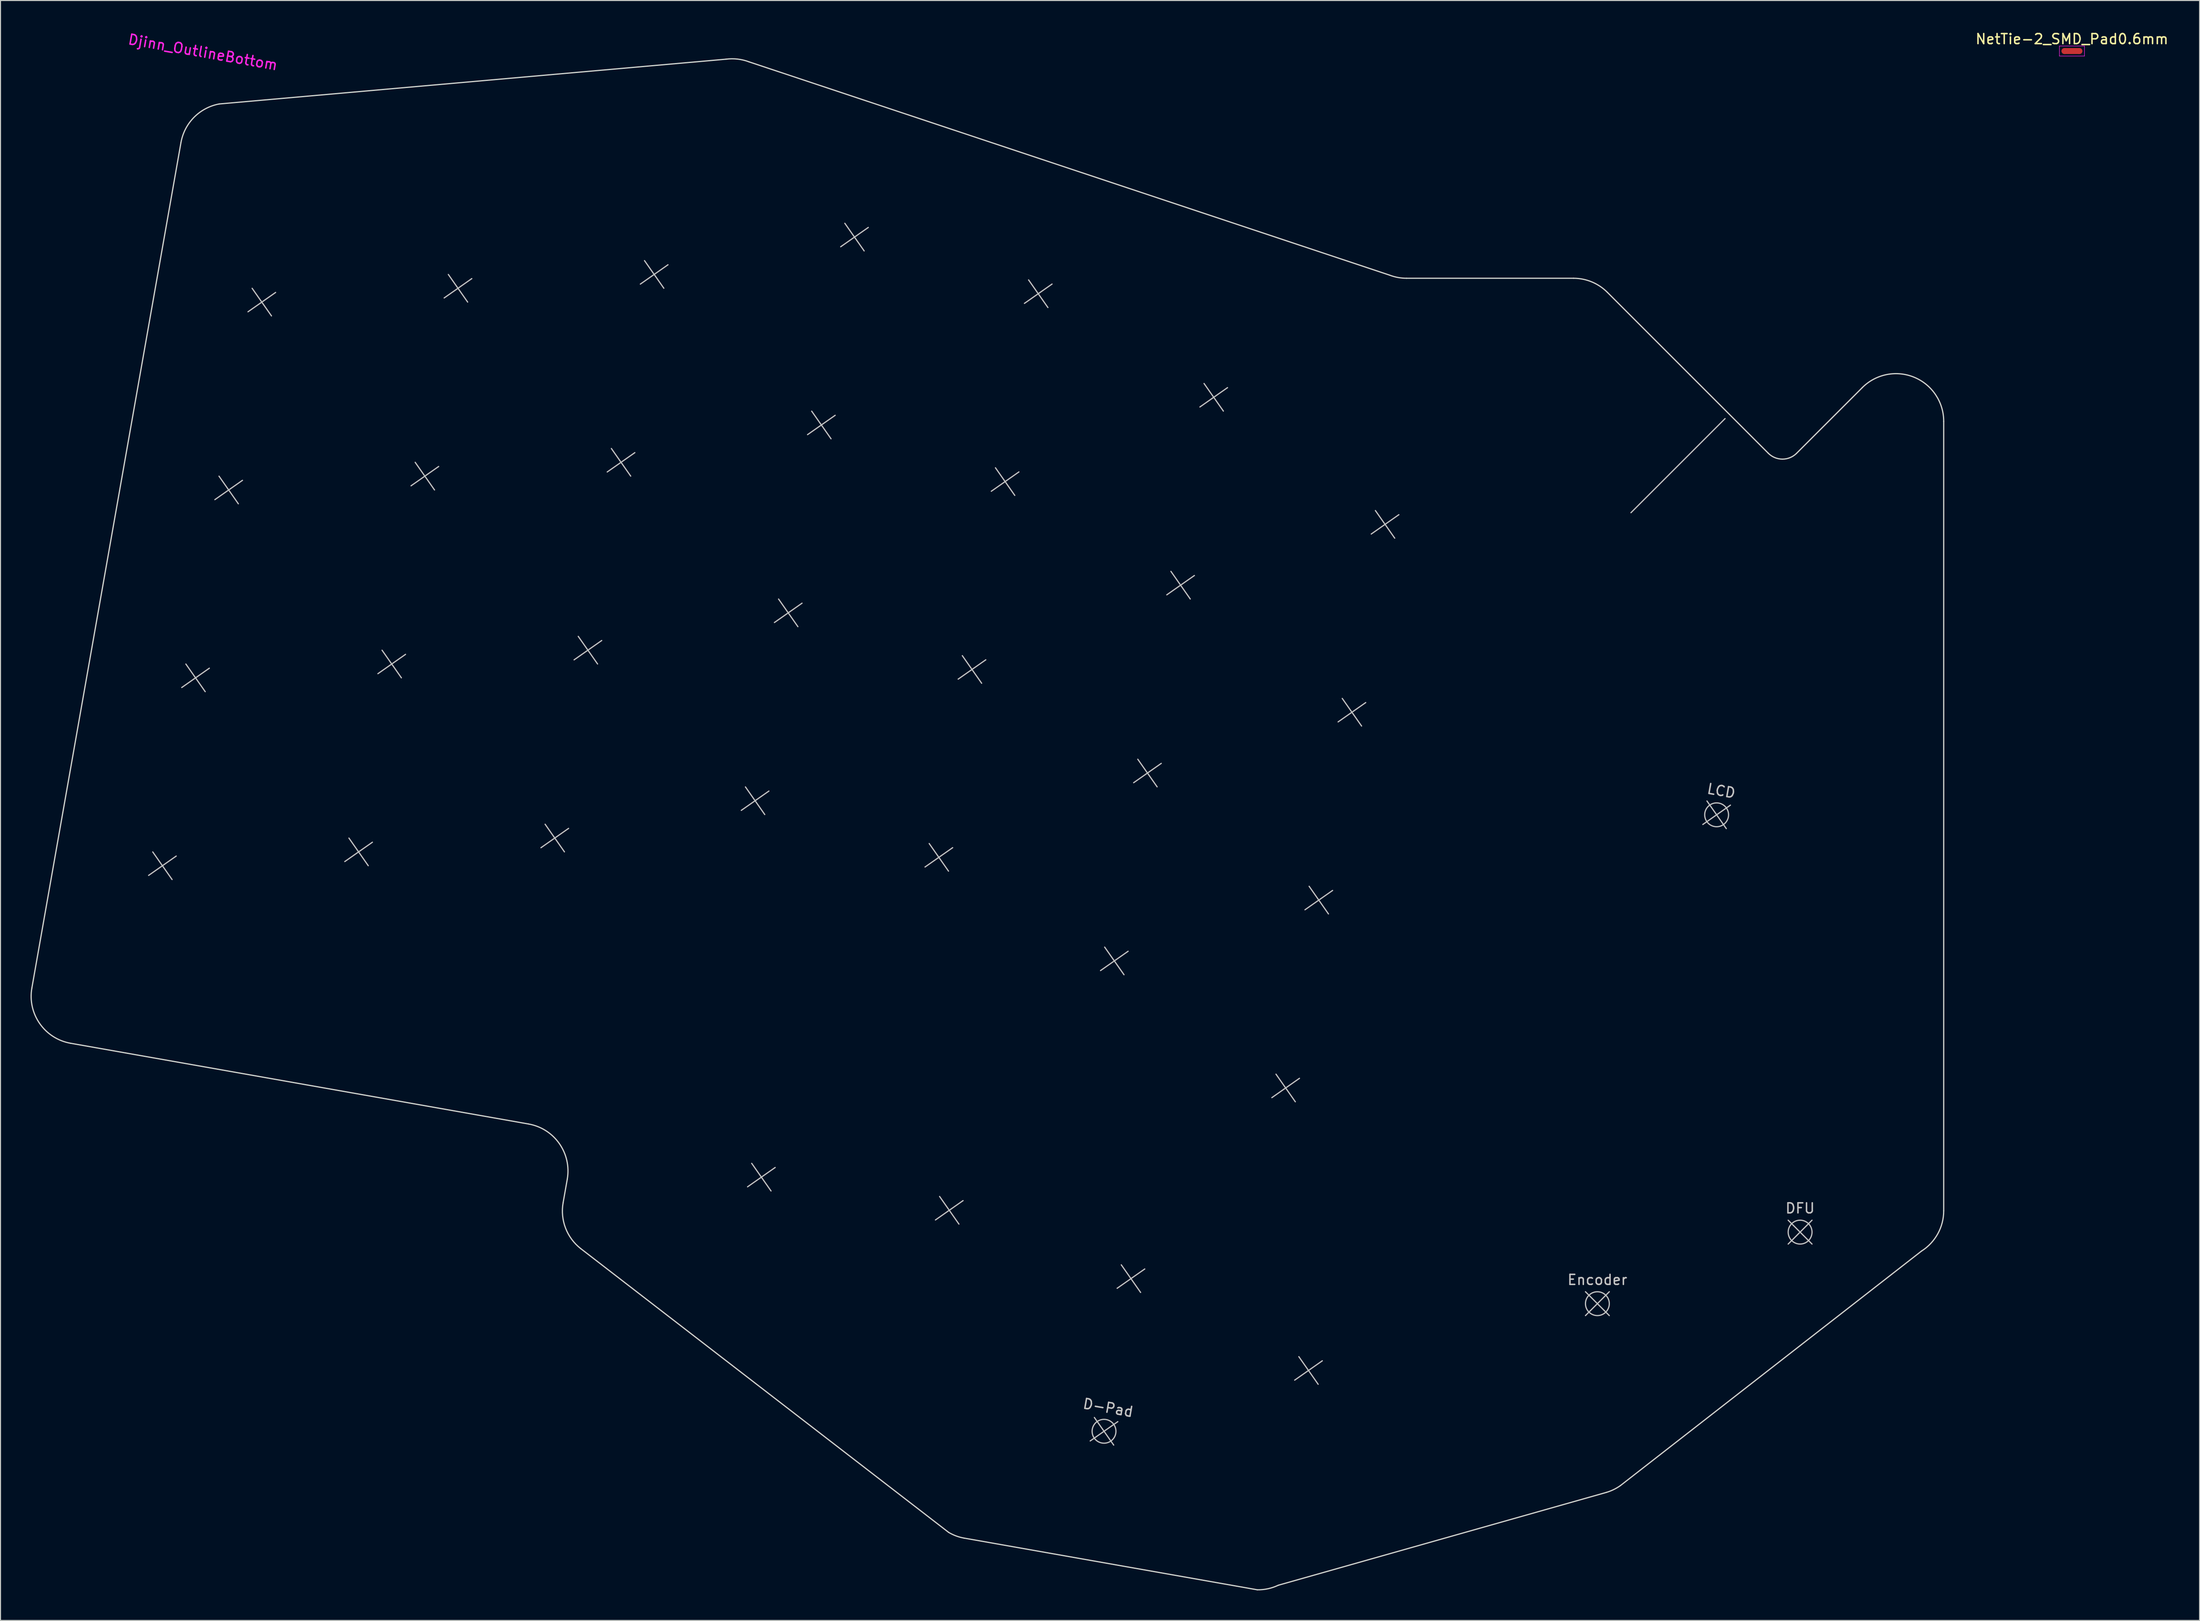
<source format=kicad_pcb>
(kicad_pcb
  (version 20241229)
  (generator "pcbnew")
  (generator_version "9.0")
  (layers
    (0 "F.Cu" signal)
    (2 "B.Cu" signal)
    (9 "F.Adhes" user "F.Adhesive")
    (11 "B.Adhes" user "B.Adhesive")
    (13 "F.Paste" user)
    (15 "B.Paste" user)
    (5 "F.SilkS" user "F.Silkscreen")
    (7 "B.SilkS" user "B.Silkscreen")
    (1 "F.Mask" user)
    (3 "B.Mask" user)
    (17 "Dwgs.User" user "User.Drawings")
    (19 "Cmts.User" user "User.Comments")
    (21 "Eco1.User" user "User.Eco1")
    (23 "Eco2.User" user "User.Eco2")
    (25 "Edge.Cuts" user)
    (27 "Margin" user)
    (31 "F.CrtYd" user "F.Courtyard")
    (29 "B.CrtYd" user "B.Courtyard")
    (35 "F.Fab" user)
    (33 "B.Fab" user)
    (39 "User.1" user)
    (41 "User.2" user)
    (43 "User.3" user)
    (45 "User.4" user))
  (footprint "NetTie-2_SMD_Pad0.6mm"
    (layer "F.Cu")
    (at 203.824 2.048)
    (property "Reference" "NetTie-2_SMD_Pad0.6mm" (at 0 -1.2 0) (layer "F.SilkS") (effects (font (size 1 1) (thickness 0.15))))
    (attr exclude_from_pos_files exclude_from_bom)
    (fp_poly (pts (xy -0.75 -0.3) (xy 0.75 -0.3) (xy 0.75 0.3) (xy -0.75 0.3)) (stroke (width 0) (type solid)) (fill yes) (layer "F.Cu"))
    (fp_line (start -1.25 -0.5) (end -1.25 0.5) (stroke (width 0.05) (type solid)) (layer "F.CrtYd"))
    (fp_line (start -1.25 0.5) (end 1.25 0.5) (stroke (width 0.05) (type solid)) (layer "F.CrtYd"))
    (fp_line (start 1.25 -0.5) (end -1.25 -0.5) (stroke (width 0.05) (type solid)) (layer "F.CrtYd"))
    (fp_line (start 1.25 0.5) (end 1.25 -0.5) (stroke (width 0.05) (type solid)) (layer "F.CrtYd"))
    (pad "1" smd circle (at -0.75 0) (size 0.6 0.6) (layers "F.Cu"))
    (pad "2" smd circle (at 0.75 0) (size 0.6 0.6) (layers "F.Cu")))
  (footprint "Djinn_OutlineBottom"
    (layer "F.Cu")
    (at 23.09 27.118)
    (property "Reference" "Djinn_OutlineBottom" (at -5.88 -24.95 350) (layer "F.CrtYd") (effects (font (size 1 1) (thickness 0.15))))
    (attr through_hole)
    (fp_line (start -10.89 54.903) (end -8.958 57.661) (stroke (width 0.12) (type solid)) (layer "Dwgs.User"))
    (fp_line (start -8.545 55.316) (end -11.303 57.248) (stroke (width 0.12) (type solid)) (layer "Dwgs.User"))
    (fp_line (start -7.582 36.142) (end -5.65 38.901) (stroke (width 0.12) (type solid)) (layer "Dwgs.User"))
    (fp_line (start -5.237 36.556) (end -7.995 38.487) (stroke (width 0.12) (type solid)) (layer "Dwgs.User"))
    (fp_line (start -4.274 17.381) (end -2.342 20.14) (stroke (width 0.12) (type solid)) (layer "Dwgs.User"))
    (fp_line (start -1.929 17.795) (end -4.687 19.726) (stroke (width 0.12) (type solid)) (layer "Dwgs.User"))
    (fp_line (start -0.966 -1.379) (end 0.966 1.379) (stroke (width 0.12) (type solid)) (layer "Dwgs.User"))
    (fp_line (start 1.379 -0.966) (end -1.379 0.966) (stroke (width 0.12) (type solid)) (layer "Dwgs.User"))
    (fp_line (start 8.698 53.521) (end 10.629 56.279) (stroke (width 0.12) (type solid)) (layer "Dwgs.User"))
    (fp_line (start 11.043 53.934) (end 8.284 55.866) (stroke (width 0.12) (type solid)) (layer "Dwgs.User"))
    (fp_line (start 12.006 34.76) (end 13.937 37.518) (stroke (width 0.12) (type solid)) (layer "Dwgs.User"))
    (fp_line (start 14.351 35.173) (end 11.592 37.105) (stroke (width 0.12) (type solid)) (layer "Dwgs.User"))
    (fp_line (start 15.314 15.999) (end 17.245 18.758) (stroke (width 0.12) (type solid)) (layer "Dwgs.User"))
    (fp_line (start 17.659 16.413) (end 14.9 18.344) (stroke (width 0.12) (type solid)) (layer "Dwgs.User"))
    (fp_line (start 18.622 -2.761) (end 20.553 -0.003) (stroke (width 0.12) (type solid)) (layer "Dwgs.User"))
    (fp_line (start 20.967 -2.348) (end 18.208 -0.416) (stroke (width 0.12) (type solid)) (layer "Dwgs.User"))
    (fp_line (start 28.286 52.138) (end 30.217 54.897) (stroke (width 0.12) (type solid)) (layer "Dwgs.User"))
    (fp_line (start 30.631 52.552) (end 27.872 54.483) (stroke (width 0.12) (type solid)) (layer "Dwgs.User"))
    (fp_line (start 31.594 33.378) (end 33.525 36.136) (stroke (width 0.12) (type solid)) (layer "Dwgs.User"))
    (fp_line (start 33.939 33.791) (end 31.18 35.723) (stroke (width 0.12) (type solid)) (layer "Dwgs.User"))
    (fp_line (start 34.902 14.617) (end 36.833 17.376) (stroke (width 0.12) (type solid)) (layer "Dwgs.User"))
    (fp_line (start 37.247 15.031) (end 34.488 16.962) (stroke (width 0.12) (type solid)) (layer "Dwgs.User"))
    (fp_line (start 38.21 -4.144) (end 40.141 -1.385) (stroke (width 0.12) (type solid)) (layer "Dwgs.User"))
    (fp_line (start 40.555 -3.73) (end 37.796 -1.799) (stroke (width 0.12) (type solid)) (layer "Dwgs.User"))
    (fp_line (start 48.287 48.411) (end 50.218 51.17) (stroke (width 0.12) (type solid)) (layer "Dwgs.User"))
    (fp_line (start 48.913 86) (end 50.844 88.759) (stroke (width 0.12) (type solid)) (layer "Dwgs.User"))
    (fp_line (start 50.632 48.825) (end 47.873 50.756) (stroke (width 0.12) (type solid)) (layer "Dwgs.User"))
    (fp_line (start 51.258 86.414) (end 48.499 88.346) (stroke (width 0.12) (type solid)) (layer "Dwgs.User"))
    (fp_line (start 51.595 29.65) (end 53.526 32.409) (stroke (width 0.12) (type solid)) (layer "Dwgs.User"))
    (fp_line (start 53.94 30.064) (end 51.181 31.996) (stroke (width 0.12) (type solid)) (layer "Dwgs.User"))
    (fp_line (start 54.903 10.89) (end 56.834 13.648) (stroke (width 0.12) (type solid)) (layer "Dwgs.User"))
    (fp_line (start 57.248 11.303) (end 54.489 13.235) (stroke (width 0.12) (type solid)) (layer "Dwgs.User"))
    (fp_line (start 58.211 -7.871) (end 60.142 -5.112) (stroke (width 0.12) (type solid)) (layer "Dwgs.User"))
    (fp_line (start 60.556 -7.457) (end 57.797 -5.526) (stroke (width 0.12) (type solid)) (layer "Dwgs.User"))
    (fp_line (start 66.634 54.064) (end 68.565 56.823) (stroke (width 0.12) (type solid)) (layer "Dwgs.User"))
    (fp_line (start 67.673 89.308) (end 69.605 92.067) (stroke (width 0.12) (type solid)) (layer "Dwgs.User"))
    (fp_line (start 68.979 54.478) (end 66.22 56.409) (stroke (width 0.12) (type solid)) (layer "Dwgs.User"))
    (fp_line (start 69.942 35.304) (end 71.873 38.062) (stroke (width 0.12) (type solid)) (layer "Dwgs.User"))
    (fp_line (start 70.018 89.722) (end 67.26 91.654) (stroke (width 0.12) (type solid)) (layer "Dwgs.User"))
    (fp_line (start 72.287 35.717) (end 69.528 37.649) (stroke (width 0.12) (type solid)) (layer "Dwgs.User"))
    (fp_line (start 73.25 16.543) (end 75.181 19.302) (stroke (width 0.12) (type solid)) (layer "Dwgs.User"))
    (fp_line (start 75.595 16.956) (end 72.836 18.888) (stroke (width 0.12) (type solid)) (layer "Dwgs.User"))
    (fp_line (start 76.558 -2.218) (end 78.489 0.541) (stroke (width 0.12) (type solid)) (layer "Dwgs.User"))
    (fp_line (start 78.903 -1.804) (end 76.144 0.127) (stroke (width 0.12) (type solid)) (layer "Dwgs.User"))
    (fp_line (start 83.126 111.377) (end 85.058 114.136) (stroke (width 0.12) (type solid)) (layer "Dwgs.User"))
    (fp_line (start 84.154 64.408) (end 86.086 67.166) (stroke (width 0.12) (type solid)) (layer "Dwgs.User"))
    (fp_line (start 85.471 111.791) (end 82.712 113.722) (stroke (width 0.12) (type solid)) (layer "Dwgs.User"))
    (fp_line (start 85.814 96.134) (end 87.745 98.893) (stroke (width 0.12) (type solid)) (layer "Dwgs.User"))
    (fp_line (start 86.499 64.821) (end 83.741 66.753) (stroke (width 0.12) (type solid)) (layer "Dwgs.User"))
    (fp_line (start 87.462 45.647) (end 89.394 48.405) (stroke (width 0.12) (type solid)) (layer "Dwgs.User"))
    (fp_line (start 88.159 96.548) (end 85.4 98.479) (stroke (width 0.12) (type solid)) (layer "Dwgs.User"))
    (fp_line (start 89.807 46.06) (end 87.049 47.992) (stroke (width 0.12) (type solid)) (layer "Dwgs.User"))
    (fp_line (start 90.77 26.886) (end 92.702 29.645) (stroke (width 0.12) (type solid)) (layer "Dwgs.User"))
    (fp_line (start 93.115 27.3) (end 90.357 29.231) (stroke (width 0.12) (type solid)) (layer "Dwgs.User"))
    (fp_line (start 94.078 8.126) (end 96.01 10.884) (stroke (width 0.12) (type solid)) (layer "Dwgs.User"))
    (fp_line (start 96.423 8.539) (end 93.665 10.471) (stroke (width 0.12) (type solid)) (layer "Dwgs.User"))
    (fp_line (start 101.261 77.096) (end 103.192 79.854) (stroke (width 0.12) (type solid)) (layer "Dwgs.User"))
    (fp_line (start 103.541 105.305) (end 105.472 108.063) (stroke (width 0.12) (type solid)) (layer "Dwgs.User"))
    (fp_line (start 103.606 77.509) (end 100.847 79.441) (stroke (width 0.12) (type solid)) (layer "Dwgs.User"))
    (fp_line (start 104.569 58.335) (end 106.5 61.094) (stroke (width 0.12) (type solid)) (layer "Dwgs.User"))
    (fp_line (start 105.886 105.718) (end 103.127 107.65) (stroke (width 0.12) (type solid)) (layer "Dwgs.User"))
    (fp_line (start 106.914 58.749) (end 104.155 60.68) (stroke (width 0.12) (type solid)) (layer "Dwgs.User"))
    (fp_line (start 107.877 39.575) (end 109.808 42.333) (stroke (width 0.12) (type solid)) (layer "Dwgs.User"))
    (fp_line (start 110.222 39.988) (end 107.463 41.92) (stroke (width 0.12) (type solid)) (layer "Dwgs.User"))
    (fp_line (start 111.185 20.814) (end 113.116 23.572) (stroke (width 0.12) (type solid)) (layer "Dwgs.User"))
    (fp_line (start 113.53 21.227) (end 110.771 23.159) (stroke (width 0.12) (type solid)) (layer "Dwgs.User"))
    (fp_line (start 132.16 98.822) (end 134.541 101.204) (stroke (width 0.12) (type solid)) (layer "Dwgs.User"))
    (fp_line (start 134.541 98.822) (end 132.16 101.204) (stroke (width 0.12) (type solid)) (layer "Dwgs.User"))
    (fp_line (start 144.291 49.818) (end 146.223 52.576) (stroke (width 0.12) (type solid)) (layer "Dwgs.User"))
    (fp_line (start 146.1 11.632) (end 136.702 21.03) (stroke (width 0.12) (type solid)) (layer "Dwgs.User"))
    (fp_line (start 146.636 50.231) (end 143.878 52.163) (stroke (width 0.12) (type solid)) (layer "Dwgs.User"))
    (fp_line (start 152.401 91.679) (end 154.782 94.06) (stroke (width 0.12) (type solid)) (layer "Dwgs.User"))
    (fp_line (start 154.782 91.679) (end 152.401 94.06) (stroke (width 0.12) (type solid)) (layer "Dwgs.User"))
    (fp_circle (center 84.092 112.756) (end 85.282 112.756) (stroke (width 0.12) (type solid)) (fill no) (layer "Dwgs.User"))
    (fp_circle (center 133.351 100.013) (end 134.541 100.013) (stroke (width 0.12) (type solid)) (fill no) (layer "Dwgs.User"))
    (fp_circle (center 145.257 51.197) (end 146.429 51.404) (stroke (width 0.12) (type solid)) (fill no) (layer "Dwgs.User"))
    (fp_circle (center 153.591 92.869) (end 154.782 92.869) (stroke (width 0.12) (type solid)) (fill no) (layer "Dwgs.User"))
    (fp_line (start -19.095 74.009) (end 26.634 82.072) (stroke (width 0.12) (type solid)) (layer "Edge.Cuts"))
    (fp_line (start -8.072 -15.931) (end -22.958 68.492) (stroke (width 0.12) (type solid)) (layer "Edge.Cuts"))
    (fp_line (start -4.25 -19.787) (end 46.347 -24.258) (stroke (width 0.12) (type solid)) (layer "Edge.Cuts"))
    (fp_line (start 30.498 87.589) (end 30.084 89.934) (stroke (width 0.12) (type solid)) (layer "Edge.Cuts"))
    (fp_line (start 31.849 94.519) (end 68.579 122.853) (stroke (width 0.12) (type solid)) (layer "Edge.Cuts"))
    (fp_line (start 48.648 -23.992) (end 112.603 -2.694) (stroke (width 0.12) (type solid)) (layer "Edge.Cuts"))
    (fp_line (start 70.121 123.424) (end 99.393 128.585) (stroke (width 0.12) (type solid)) (layer "Edge.Cuts"))
    (fp_line (start 101.492 128.13) (end 134.24 118.862) (stroke (width 0.12) (type solid)) (layer "Edge.Cuts"))
    (fp_line (start 114.3 -2.381) (end 130.969 -2.381) (stroke (width 0.12) (type solid)) (layer "Edge.Cuts"))
    (fp_line (start 134.337 -0.986) (end 142.638 7.315) (stroke (width 0.12) (type solid)) (layer "Edge.Cuts"))
    (fp_line (start 135.659 118.173) (end 165.712 94.762) (stroke (width 0.12) (type solid)) (layer "Edge.Cuts"))
    (fp_line (start 142.638 7.315) (end 150.417 15.093) (stroke (width 0.12) (type solid)) (layer "Edge.Cuts"))
    (fp_line (start 159.8 8.539) (end 153.245 15.093) (stroke (width 0.12) (type solid)) (layer "Edge.Cuts"))
    (fp_line (start 167.93 90.737) (end 167.93 11.906) (stroke (width 0.12) (type solid)) (layer "Edge.Cuts"))
    (fp_arc (start -19.094752 74.008891) (mid -22.168963 72.050402) (end -22.957897 68.491746) (stroke (width 0.12) (type solid)) (layer "Edge.Cuts"))
    (fp_arc (start -8.071867 -15.931257) (mid -6.76404 -18.45707) (end -4.24979 -19.78699) (stroke (width 0.12) (type solid)) (layer "Edge.Cuts"))
    (fp_arc (start 26.634369 82.072191) (mid 29.708582 84.030679) (end 30.497519 87.589337) (stroke (width 0.12) (type solid)) (layer "Edge.Cuts"))
    (fp_arc (start 31.848558 94.519399) (mid 30.329485 92.472012) (end 30.084048 89.934467) (stroke (width 0.12) (type solid)) (layer "Edge.Cuts"))
    (fp_arc (start 46.347002 -24.257768) (mid 47.513663 -24.266741) (end 48.647644 -23.992395) (stroke (width 0.12) (type solid)) (layer "Edge.Cuts"))
    (fp_arc (start 70.120878 123.423677) (mid 69.324328 123.208007) (end 68.579175 122.853391) (stroke (width 0.12) (type solid)) (layer "Edge.Cuts"))
    (fp_arc (start 101.491514 128.129564) (mid 100.468512 128.479059) (end 99.392668 128.585082) (stroke (width 0.12) (type solid)) (layer "Edge.Cuts"))
    (fp_arc (start 114.300481 -2.381262) (mid 113.43722 -2.460153) (end 112.602558 -2.694214) (stroke (width 0.12) (type solid)) (layer "Edge.Cuts"))
    (fp_arc (start 130.969298 -2.38124) (mid 132.791828 -2.018717) (end 134.336895 -0.986337) (stroke (width 0.12) (type solid)) (layer "Edge.Cuts"))
    (fp_arc (start 135.659223 118.173102) (mid 134.978496 118.577064) (end 134.240182 118.862489) (stroke (width 0.12) (type solid)) (layer "Edge.Cuts"))
    (fp_arc (start 153.245099 15.093438) (mid 151.830887 15.679226) (end 150.416673 15.093442) (stroke (width 0.12) (type solid)) (layer "Edge.Cuts"))
    (fp_arc (start 159.799839 8.538703) (mid 164.989965 7.506323) (end 167.929935 11.906299) (stroke (width 0.12) (type solid)) (layer "Edge.Cuts"))
    (fp_arc (start 167.929935 90.736655) (mid 167.338842 93.034648) (end 165.712289 94.762214) (stroke (width 0.12) (type solid)) (layer "Edge.Cuts"))
    (fp_text user "LCD" (at 145.721 48.813 350) (layer "Dwgs.User") (effects (font (size 1 1) (thickness 0.15))))
    (fp_text user "Encoder" (at 133.351 97.632 0) (layer "Dwgs.User") (effects (font (size 1 1) (thickness 0.15))))
    (fp_text user "DFU" (at 153.591 90.488 0) (layer "Dwgs.User") (effects (font (size 1 1) (thickness 0.15))))
    (fp_text user "D-Pad" (at 84.505 110.411 350) (layer "Dwgs.User") (effects (font (size 1 1) (thickness 0.15)))))
  (gr_rect
    (start -3 -3)
    (end 216.568 158.764)
    (stroke (width 0.1) (type default))
    (fill no)
    (layer "Edge.Cuts")))
</source>
